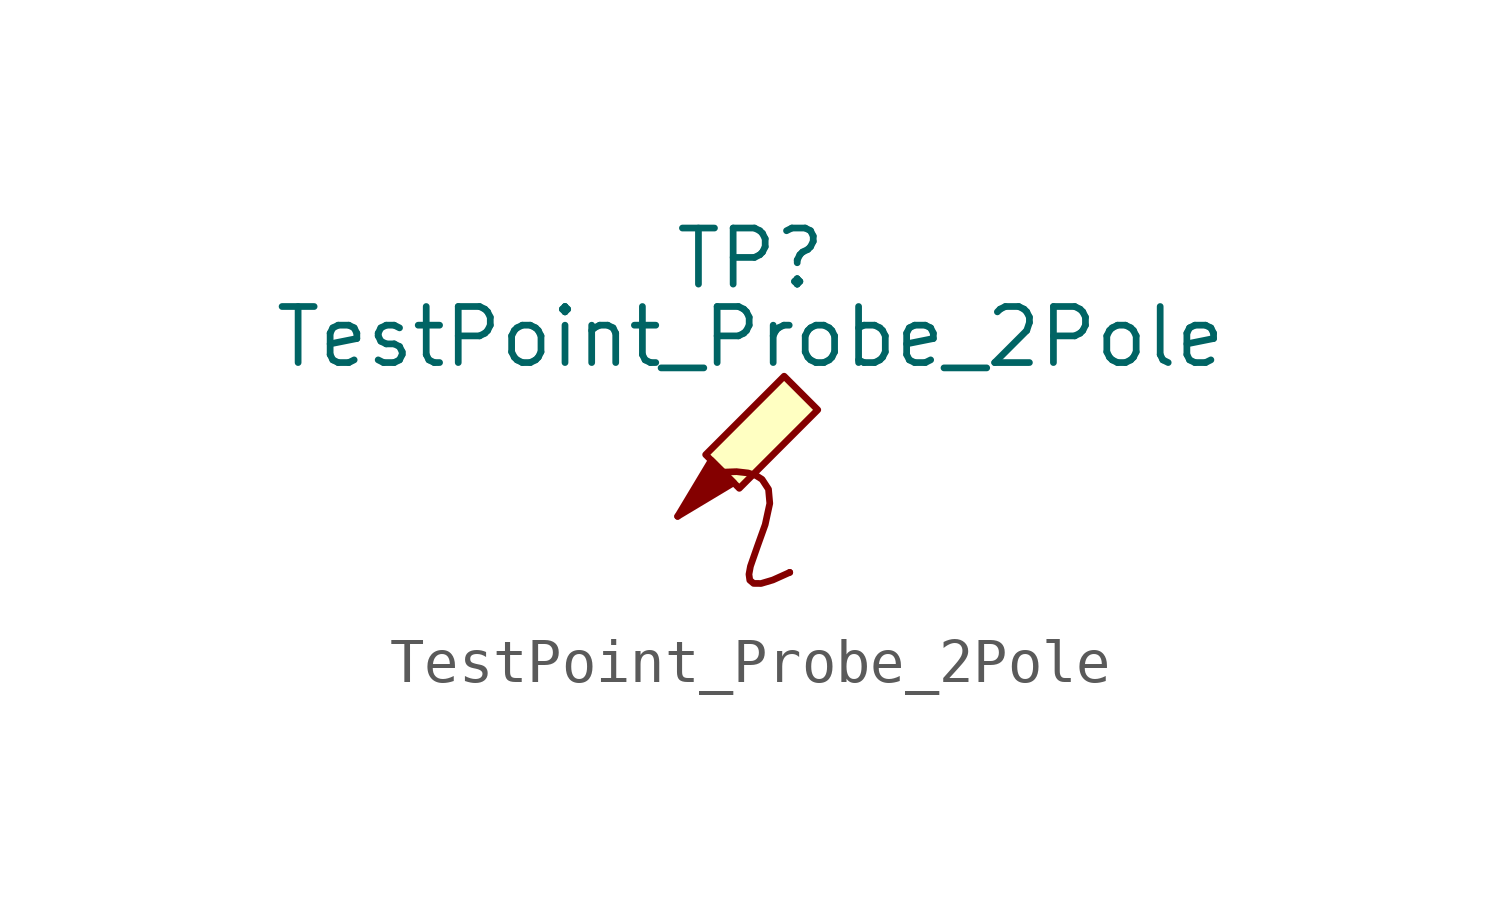
<source format=kicad_sym>
(kicad_symbol_lib
  (version 20241209)
  (generator "kicad_symbol_editor")
  (generator_version "9.0")
  (symbol "TestPoint_Probe_2Pole"
    (pin_numbers
      (hide yes))
    (pin_names
      (offset 0.762)
      (hide yes))
    (property "Reference" "TP"
      (at 1.651 5.842 0)
      (effects (font (size 1.27 1.27))))
    (property "Value" "TestPoint_Probe_2Pole"
      (at 1.651 4.064 0)
      (effects (font (size 1.27 1.27))))
    (symbol "TestPoint_Probe_2Pole_0_1"
      (bezier (pts (xy 1 1) (xy 3.81 1.27) (xy 0 -2.54) (xy 2.54 -1.27)) (stroke (width 0) (type default)) (fill (type none)))
      (polyline (pts (xy 1.27 0.762) (xy 0 0) (xy 0.762 1.27) (xy 1.27 0.762)) (stroke (width 0) (type default)) (fill (type outline)))
      (polyline (pts (xy 1.397 0.635) (xy 0.635 1.397) (xy 2.413 3.175) (xy 3.175 2.413) (xy 1.397 0.635)) (stroke (width 0) (type default)) (fill (type background))))
    (symbol "TestPoint_Probe_2Pole_1_1"
      (pin passive line (at 0 0 90) (length 0) (name "1" (effects (font (size 1.27 1.27)))) (number "1" (effects (font (size 1.27 1.27)))))
      (pin passive line (at 2.54 -1.27 90) (length 0) (name "2" (effects (font (size 1.27 1.27)))) (number "2" (effects (font (size 1.27 1.27))))))))
</source>
